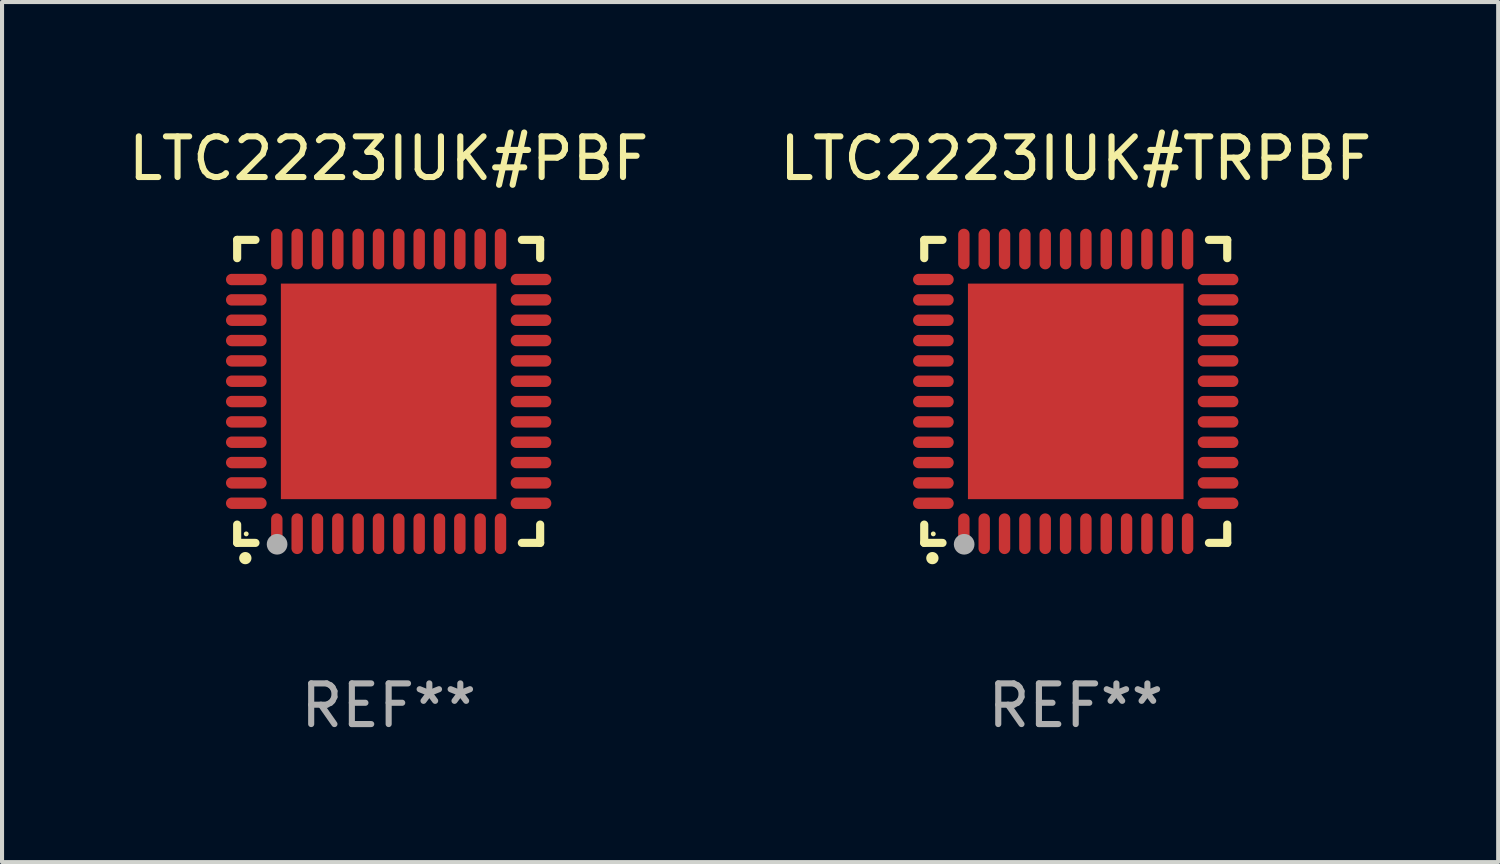
<source format=kicad_pcb>
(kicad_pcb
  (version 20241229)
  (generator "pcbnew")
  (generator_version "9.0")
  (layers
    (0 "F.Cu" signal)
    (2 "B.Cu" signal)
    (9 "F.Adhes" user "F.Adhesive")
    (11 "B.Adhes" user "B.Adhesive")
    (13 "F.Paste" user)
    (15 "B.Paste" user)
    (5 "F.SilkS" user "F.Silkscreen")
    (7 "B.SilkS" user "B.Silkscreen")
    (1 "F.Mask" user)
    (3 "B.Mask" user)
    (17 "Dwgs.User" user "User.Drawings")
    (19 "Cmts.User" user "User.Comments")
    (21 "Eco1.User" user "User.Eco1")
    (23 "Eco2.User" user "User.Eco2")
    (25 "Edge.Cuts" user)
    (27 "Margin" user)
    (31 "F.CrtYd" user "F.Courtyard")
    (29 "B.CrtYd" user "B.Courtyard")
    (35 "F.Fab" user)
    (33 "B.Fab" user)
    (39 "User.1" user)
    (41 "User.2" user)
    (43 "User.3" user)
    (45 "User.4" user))
  (footprint "LTC2223IUK#PBF"
    (layer "F.Cu")
    (at 6.506 6.573)
    (property "Reference" "LTC2223IUK#PBF" (at 0 -5.725 0) (layer "F.SilkS") (effects (font (size 1 1) (thickness 0.15))))
    (attr through_hole)
    (fp_line (start -3.725 -3.725) (end -3.275 -3.725) (stroke (width 0.2) (type solid)) (layer "F.SilkS"))
    (fp_line (start -3.725 -3.275) (end -3.725 -3.725) (stroke (width 0.2) (type solid)) (layer "F.SilkS"))
    (fp_line (start -3.725 3.725) (end -3.725 3.275) (stroke (width 0.2) (type solid)) (layer "F.SilkS"))
    (fp_line (start -3.275 3.725) (end -3.725 3.725) (stroke (width 0.2) (type solid)) (layer "F.SilkS"))
    (fp_line (start 3.275 3.725) (end 3.725 3.725) (stroke (width 0.2) (type solid)) (layer "F.SilkS"))
    (fp_line (start 3.725 -3.725) (end 3.275 -3.725) (stroke (width 0.2) (type solid)) (layer "F.SilkS"))
    (fp_line (start 3.725 -3.275) (end 3.725 -3.725) (stroke (width 0.2) (type solid)) (layer "F.SilkS"))
    (fp_line (start 3.725 3.725) (end 3.725 3.275) (stroke (width 0.2) (type solid)) (layer "F.SilkS"))
    (fp_arc (start -3.525527 4.099568) (mid -3.524257 4.099563) (end -3.522987 4.099568) (stroke (width 0.3) (type solid)) (layer "F.SilkS"))
    (fp_circle (center -3.502 3.504) (end -3.472 3.504) (stroke (width 0.06) (type solid)) (fill no) (layer "F.SilkS"))
    (fp_circle (center -2.743 3.759) (end -2.616 3.759) (stroke (width 0.254) (type solid)) (fill no) (layer "F.Fab"))
    (fp_text user "REF**" (at 0 7.725 0) (layer "F.Fab") (effects (font (size 1 1) (thickness 0.15))))
    (pad "1" smd oval (at -2.75 3.5) (size 0.28 1) (layers "F.Cu" "F.Mask" "F.Paste"))
    (pad "2" smd oval (at -2.25 3.5) (size 0.28 1) (layers "F.Cu" "F.Mask" "F.Paste"))
    (pad "3" smd oval (at -1.75 3.5) (size 0.28 1) (layers "F.Cu" "F.Mask" "F.Paste"))
    (pad "4" smd oval (at -1.25 3.5) (size 0.28 1) (layers "F.Cu" "F.Mask" "F.Paste"))
    (pad "5" smd oval (at -0.75 3.5) (size 0.28 1) (layers "F.Cu" "F.Mask" "F.Paste"))
    (pad "6" smd oval (at -0.25 3.5) (size 0.28 1) (layers "F.Cu" "F.Mask" "F.Paste"))
    (pad "7" smd oval (at 0.25 3.5) (size 0.28 1) (layers "F.Cu" "F.Mask" "F.Paste"))
    (pad "8" smd oval (at 0.75 3.5) (size 0.28 1) (layers "F.Cu" "F.Mask" "F.Paste"))
    (pad "9" smd oval (at 1.25 3.5) (size 0.28 1) (layers "F.Cu" "F.Mask" "F.Paste"))
    (pad "10" smd oval (at 1.75 3.5) (size 0.28 1) (layers "F.Cu" "F.Mask" "F.Paste"))
    (pad "11" smd oval (at 2.25 3.5) (size 0.28 1) (layers "F.Cu" "F.Mask" "F.Paste"))
    (pad "12" smd oval (at 2.75 3.5) (size 0.28 1) (layers "F.Cu" "F.Mask" "F.Paste"))
    (pad "13" smd oval (at 3.5 2.75) (size 1 0.28) (layers "F.Cu" "F.Mask" "F.Paste"))
    (pad "14" smd oval (at 3.5 2.25) (size 1 0.28) (layers "F.Cu" "F.Mask" "F.Paste"))
    (pad "15" smd oval (at 3.5 1.75) (size 1 0.28) (layers "F.Cu" "F.Mask" "F.Paste"))
    (pad "16" smd oval (at 3.5 1.25) (size 1 0.28) (layers "F.Cu" "F.Mask" "F.Paste"))
    (pad "17" smd oval (at 3.5 0.75) (size 1 0.28) (layers "F.Cu" "F.Mask" "F.Paste"))
    (pad "18" smd oval (at 3.5 0.25) (size 1 0.28) (layers "F.Cu" "F.Mask" "F.Paste"))
    (pad "19" smd oval (at 3.5 -0.25) (size 1 0.28) (layers "F.Cu" "F.Mask" "F.Paste"))
    (pad "20" smd oval (at 3.5 -0.75) (size 1 0.28) (layers "F.Cu" "F.Mask" "F.Paste"))
    (pad "21" smd oval (at 3.5 -1.25) (size 1 0.28) (layers "F.Cu" "F.Mask" "F.Paste"))
    (pad "22" smd oval (at 3.5 -1.75) (size 1 0.28) (layers "F.Cu" "F.Mask" "F.Paste"))
    (pad "23" smd oval (at 3.5 -2.25) (size 1 0.28) (layers "F.Cu" "F.Mask" "F.Paste"))
    (pad "24" smd oval (at 3.5 -2.75) (size 1 0.28) (layers "F.Cu" "F.Mask" "F.Paste"))
    (pad "25" smd oval (at 2.75 -3.5) (size 0.28 1) (layers "F.Cu" "F.Mask" "F.Paste"))
    (pad "26" smd oval (at 2.25 -3.5) (size 0.28 1) (layers "F.Cu" "F.Mask" "F.Paste"))
    (pad "27" smd oval (at 1.75 -3.5) (size 0.28 1) (layers "F.Cu" "F.Mask" "F.Paste"))
    (pad "28" smd oval (at 1.25 -3.5) (size 0.28 1) (layers "F.Cu" "F.Mask" "F.Paste"))
    (pad "29" smd oval (at 0.75 -3.5) (size 0.28 1) (layers "F.Cu" "F.Mask" "F.Paste"))
    (pad "30" smd oval (at 0.25 -3.5) (size 0.28 1) (layers "F.Cu" "F.Mask" "F.Paste"))
    (pad "31" smd oval (at -0.25 -3.5) (size 0.28 1) (layers "F.Cu" "F.Mask" "F.Paste"))
    (pad "32" smd oval (at -0.75 -3.5) (size 0.28 1) (layers "F.Cu" "F.Mask" "F.Paste"))
    (pad "33" smd oval (at -1.25 -3.5) (size 0.28 1) (layers "F.Cu" "F.Mask" "F.Paste"))
    (pad "34" smd oval (at -1.75 -3.5) (size 0.28 1) (layers "F.Cu" "F.Mask" "F.Paste"))
    (pad "35" smd oval (at -2.25 -3.5) (size 0.28 1) (layers "F.Cu" "F.Mask" "F.Paste"))
    (pad "36" smd oval (at -2.75 -3.5) (size 0.28 1) (layers "F.Cu" "F.Mask" "F.Paste"))
    (pad "37" smd oval (at -3.5 -2.75) (size 1 0.28) (layers "F.Cu" "F.Mask" "F.Paste"))
    (pad "38" smd oval (at -3.5 -2.25) (size 1 0.28) (layers "F.Cu" "F.Mask" "F.Paste"))
    (pad "39" smd oval (at -3.5 -1.75) (size 1 0.28) (layers "F.Cu" "F.Mask" "F.Paste"))
    (pad "40" smd oval (at -3.5 -1.25) (size 1 0.28) (layers "F.Cu" "F.Mask" "F.Paste"))
    (pad "41" smd oval (at -3.5 -0.75) (size 1 0.28) (layers "F.Cu" "F.Mask" "F.Paste"))
    (pad "42" smd oval (at -3.5 -0.25) (size 1 0.28) (layers "F.Cu" "F.Mask" "F.Paste"))
    (pad "43" smd oval (at -3.5 0.25) (size 1 0.28) (layers "F.Cu" "F.Mask" "F.Paste"))
    (pad "44" smd oval (at -3.5 0.75) (size 1 0.28) (layers "F.Cu" "F.Mask" "F.Paste"))
    (pad "45" smd oval (at -3.5 1.25) (size 1 0.28) (layers "F.Cu" "F.Mask" "F.Paste"))
    (pad "46" smd oval (at -3.5 1.75) (size 1 0.28) (layers "F.Cu" "F.Mask" "F.Paste"))
    (pad "47" smd oval (at -3.5 2.25) (size 1 0.28) (layers "F.Cu" "F.Mask" "F.Paste"))
    (pad "48" smd oval (at -3.5 2.75) (size 1 0.28) (layers "F.Cu" "F.Mask" "F.Paste"))
    (pad "49" smd rect (at 0 0) (size 5.3 5.3) (layers "F.Cu" "F.Mask" "F.Paste")))
  (footprint "LTC2223IUK#TRPBF"
    (layer "F.Cu")
    (at 23.399 6.573)
    (property "Reference" "LTC2223IUK#TRPBF" (at 0 -5.725 0) (layer "F.SilkS") (effects (font (size 1 1) (thickness 0.15))))
    (attr through_hole)
    (fp_line (start -3.725 -3.725) (end -3.275 -3.725) (stroke (width 0.2) (type solid)) (layer "F.SilkS"))
    (fp_line (start -3.725 -3.275) (end -3.725 -3.725) (stroke (width 0.2) (type solid)) (layer "F.SilkS"))
    (fp_line (start -3.725 3.725) (end -3.725 3.275) (stroke (width 0.2) (type solid)) (layer "F.SilkS"))
    (fp_line (start -3.275 3.725) (end -3.725 3.725) (stroke (width 0.2) (type solid)) (layer "F.SilkS"))
    (fp_line (start 3.275 3.725) (end 3.725 3.725) (stroke (width 0.2) (type solid)) (layer "F.SilkS"))
    (fp_line (start 3.725 -3.725) (end 3.275 -3.725) (stroke (width 0.2) (type solid)) (layer "F.SilkS"))
    (fp_line (start 3.725 -3.275) (end 3.725 -3.725) (stroke (width 0.2) (type solid)) (layer "F.SilkS"))
    (fp_line (start 3.725 3.725) (end 3.725 3.275) (stroke (width 0.2) (type solid)) (layer "F.SilkS"))
    (fp_arc (start -3.525527 4.099568) (mid -3.524257 4.099563) (end -3.522987 4.099568) (stroke (width 0.3) (type solid)) (layer "F.SilkS"))
    (fp_circle (center -3.502 3.504) (end -3.472 3.504) (stroke (width 0.06) (type solid)) (fill no) (layer "F.SilkS"))
    (fp_circle (center -2.743 3.759) (end -2.616 3.759) (stroke (width 0.254) (type solid)) (fill no) (layer "F.Fab"))
    (fp_text user "REF**" (at 0 7.725 0) (layer "F.Fab") (effects (font (size 1 1) (thickness 0.15))))
    (pad "1" smd oval (at -2.75 3.5) (size 0.28 1) (layers "F.Cu" "F.Mask" "F.Paste"))
    (pad "2" smd oval (at -2.25 3.5) (size 0.28 1) (layers "F.Cu" "F.Mask" "F.Paste"))
    (pad "3" smd oval (at -1.75 3.5) (size 0.28 1) (layers "F.Cu" "F.Mask" "F.Paste"))
    (pad "4" smd oval (at -1.25 3.5) (size 0.28 1) (layers "F.Cu" "F.Mask" "F.Paste"))
    (pad "5" smd oval (at -0.75 3.5) (size 0.28 1) (layers "F.Cu" "F.Mask" "F.Paste"))
    (pad "6" smd oval (at -0.25 3.5) (size 0.28 1) (layers "F.Cu" "F.Mask" "F.Paste"))
    (pad "7" smd oval (at 0.25 3.5) (size 0.28 1) (layers "F.Cu" "F.Mask" "F.Paste"))
    (pad "8" smd oval (at 0.75 3.5) (size 0.28 1) (layers "F.Cu" "F.Mask" "F.Paste"))
    (pad "9" smd oval (at 1.25 3.5) (size 0.28 1) (layers "F.Cu" "F.Mask" "F.Paste"))
    (pad "10" smd oval (at 1.75 3.5) (size 0.28 1) (layers "F.Cu" "F.Mask" "F.Paste"))
    (pad "11" smd oval (at 2.25 3.5) (size 0.28 1) (layers "F.Cu" "F.Mask" "F.Paste"))
    (pad "12" smd oval (at 2.75 3.5) (size 0.28 1) (layers "F.Cu" "F.Mask" "F.Paste"))
    (pad "13" smd oval (at 3.5 2.75) (size 1 0.28) (layers "F.Cu" "F.Mask" "F.Paste"))
    (pad "14" smd oval (at 3.5 2.25) (size 1 0.28) (layers "F.Cu" "F.Mask" "F.Paste"))
    (pad "15" smd oval (at 3.5 1.75) (size 1 0.28) (layers "F.Cu" "F.Mask" "F.Paste"))
    (pad "16" smd oval (at 3.5 1.25) (size 1 0.28) (layers "F.Cu" "F.Mask" "F.Paste"))
    (pad "17" smd oval (at 3.5 0.75) (size 1 0.28) (layers "F.Cu" "F.Mask" "F.Paste"))
    (pad "18" smd oval (at 3.5 0.25) (size 1 0.28) (layers "F.Cu" "F.Mask" "F.Paste"))
    (pad "19" smd oval (at 3.5 -0.25) (size 1 0.28) (layers "F.Cu" "F.Mask" "F.Paste"))
    (pad "20" smd oval (at 3.5 -0.75) (size 1 0.28) (layers "F.Cu" "F.Mask" "F.Paste"))
    (pad "21" smd oval (at 3.5 -1.25) (size 1 0.28) (layers "F.Cu" "F.Mask" "F.Paste"))
    (pad "22" smd oval (at 3.5 -1.75) (size 1 0.28) (layers "F.Cu" "F.Mask" "F.Paste"))
    (pad "23" smd oval (at 3.5 -2.25) (size 1 0.28) (layers "F.Cu" "F.Mask" "F.Paste"))
    (pad "24" smd oval (at 3.5 -2.75) (size 1 0.28) (layers "F.Cu" "F.Mask" "F.Paste"))
    (pad "25" smd oval (at 2.75 -3.5) (size 0.28 1) (layers "F.Cu" "F.Mask" "F.Paste"))
    (pad "26" smd oval (at 2.25 -3.5) (size 0.28 1) (layers "F.Cu" "F.Mask" "F.Paste"))
    (pad "27" smd oval (at 1.75 -3.5) (size 0.28 1) (layers "F.Cu" "F.Mask" "F.Paste"))
    (pad "28" smd oval (at 1.25 -3.5) (size 0.28 1) (layers "F.Cu" "F.Mask" "F.Paste"))
    (pad "29" smd oval (at 0.75 -3.5) (size 0.28 1) (layers "F.Cu" "F.Mask" "F.Paste"))
    (pad "30" smd oval (at 0.25 -3.5) (size 0.28 1) (layers "F.Cu" "F.Mask" "F.Paste"))
    (pad "31" smd oval (at -0.25 -3.5) (size 0.28 1) (layers "F.Cu" "F.Mask" "F.Paste"))
    (pad "32" smd oval (at -0.75 -3.5) (size 0.28 1) (layers "F.Cu" "F.Mask" "F.Paste"))
    (pad "33" smd oval (at -1.25 -3.5) (size 0.28 1) (layers "F.Cu" "F.Mask" "F.Paste"))
    (pad "34" smd oval (at -1.75 -3.5) (size 0.28 1) (layers "F.Cu" "F.Mask" "F.Paste"))
    (pad "35" smd oval (at -2.25 -3.5) (size 0.28 1) (layers "F.Cu" "F.Mask" "F.Paste"))
    (pad "36" smd oval (at -2.75 -3.5) (size 0.28 1) (layers "F.Cu" "F.Mask" "F.Paste"))
    (pad "37" smd oval (at -3.5 -2.75) (size 1 0.28) (layers "F.Cu" "F.Mask" "F.Paste"))
    (pad "38" smd oval (at -3.5 -2.25) (size 1 0.28) (layers "F.Cu" "F.Mask" "F.Paste"))
    (pad "39" smd oval (at -3.5 -1.75) (size 1 0.28) (layers "F.Cu" "F.Mask" "F.Paste"))
    (pad "40" smd oval (at -3.5 -1.25) (size 1 0.28) (layers "F.Cu" "F.Mask" "F.Paste"))
    (pad "41" smd oval (at -3.5 -0.75) (size 1 0.28) (layers "F.Cu" "F.Mask" "F.Paste"))
    (pad "42" smd oval (at -3.5 -0.25) (size 1 0.28) (layers "F.Cu" "F.Mask" "F.Paste"))
    (pad "43" smd oval (at -3.5 0.25) (size 1 0.28) (layers "F.Cu" "F.Mask" "F.Paste"))
    (pad "44" smd oval (at -3.5 0.75) (size 1 0.28) (layers "F.Cu" "F.Mask" "F.Paste"))
    (pad "45" smd oval (at -3.5 1.25) (size 1 0.28) (layers "F.Cu" "F.Mask" "F.Paste"))
    (pad "46" smd oval (at -3.5 1.75) (size 1 0.28) (layers "F.Cu" "F.Mask" "F.Paste"))
    (pad "47" smd oval (at -3.5 2.25) (size 1 0.28) (layers "F.Cu" "F.Mask" "F.Paste"))
    (pad "48" smd oval (at -3.5 2.75) (size 1 0.28) (layers "F.Cu" "F.Mask" "F.Paste"))
    (pad "49" smd rect (at 0 0) (size 5.3 5.3) (layers "F.Cu" "F.Mask" "F.Paste")))
  (gr_rect
    (start -3 -3)
    (end 33.786 18.146)
    (stroke (width 0.1) (type default))
    (fill no)
    (layer "Edge.Cuts")))
</source>
